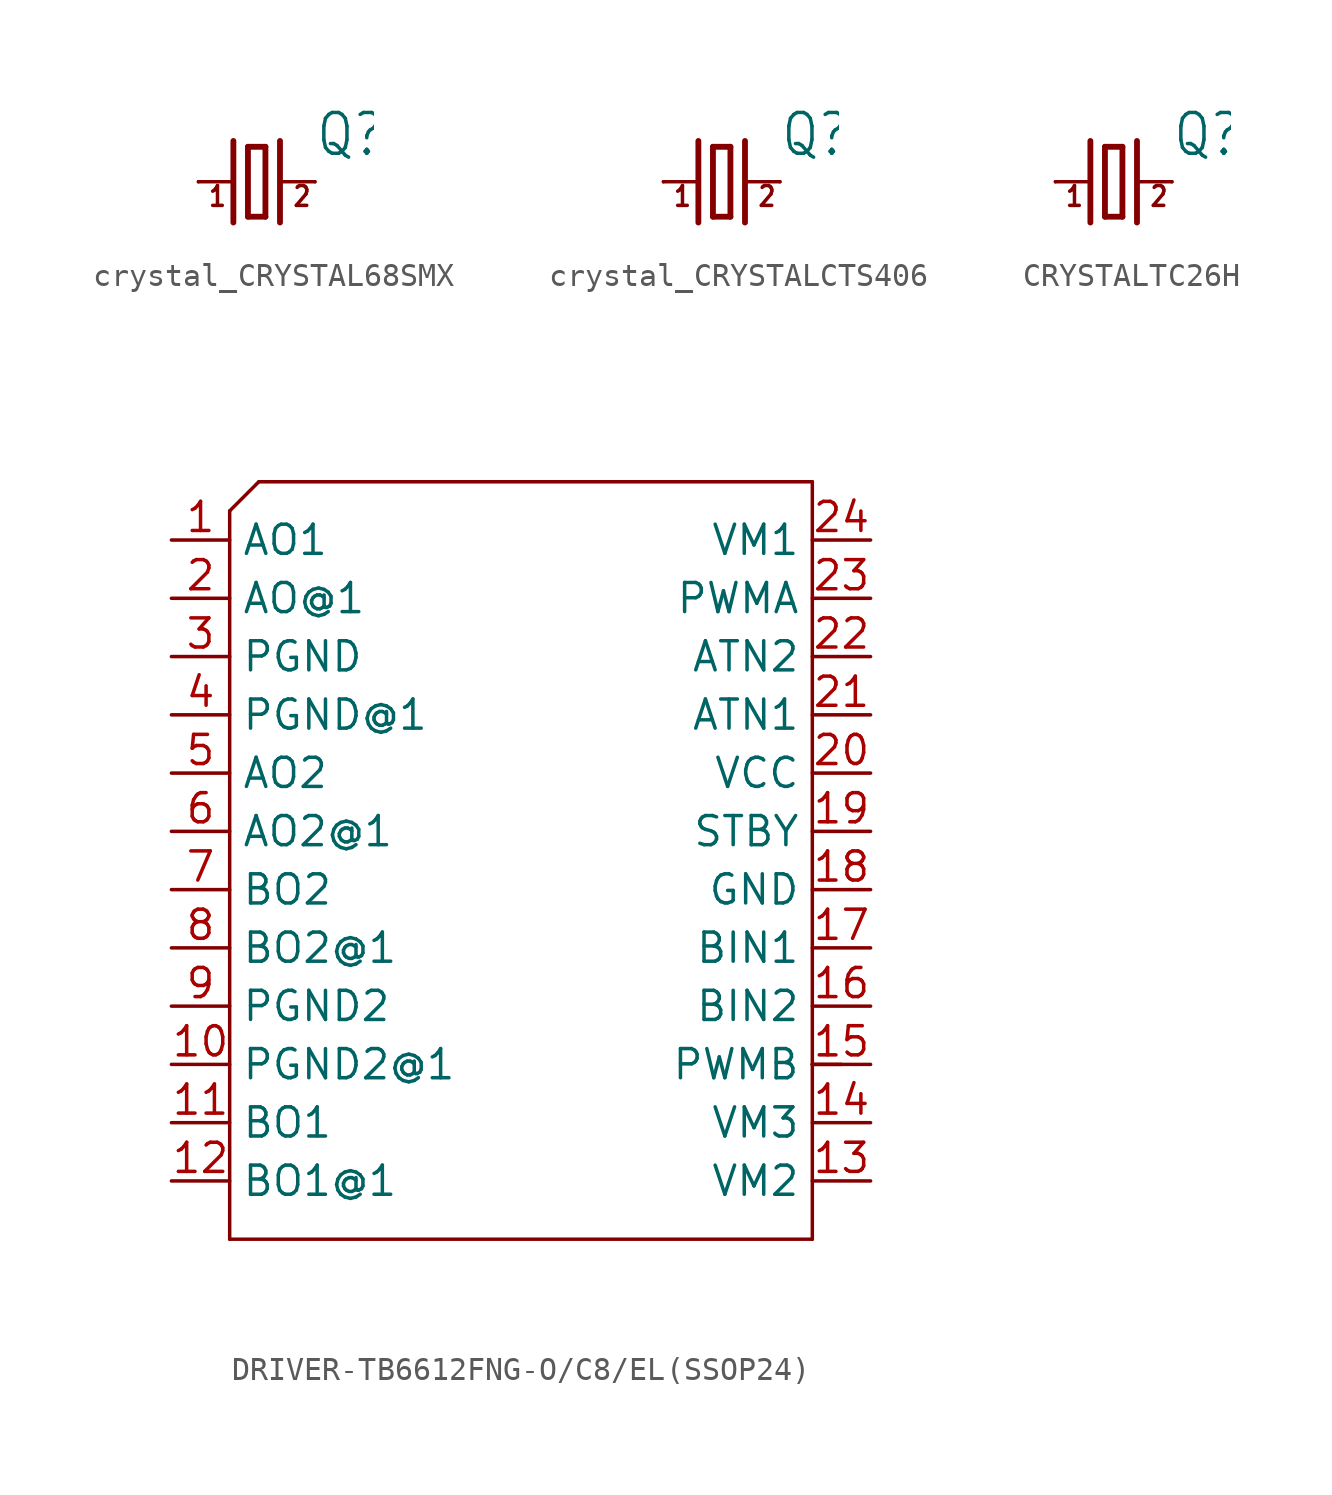
<source format=kicad_sym>
(kicad_symbol_lib
  (version 20231120)
  (generator "kicad_symbol_editor")
  (generator_version "8.0")
  (symbol "crystal_CRYSTAL68SMX"
    (property "Reference" "Q"
      (at 2.54 1.016 0)
      (effects (font (size 1.778 1.511)) (justify left bottom)))
    (property "Value" ""
      (at 2.54 -2.54 0)
      (effects (font (size 1.778 1.511)) (justify left bottom)))
    (property "ki_locked" ""
      (at 0 0 0)
      (effects (font (size 1.27 1.27))))
    (symbol "crystal_CRYSTAL68SMX_1_0"
      (polyline (pts (xy -2.54 0) (xy -1.016 0)) (stroke (width 0.152) (type solid)) (fill (type none)))
      (polyline (pts (xy -1.016 1.778) (xy -1.016 -1.778)) (stroke (width 0.254) (type solid)) (fill (type none)))
      (polyline (pts (xy -0.381 -1.524) (xy 0.381 -1.524)) (stroke (width 0.254) (type solid)) (fill (type none)))
      (polyline (pts (xy -0.381 1.524) (xy -0.381 -1.524)) (stroke (width 0.254) (type solid)) (fill (type none)))
      (polyline (pts (xy 0.381 -1.524) (xy 0.381 1.524)) (stroke (width 0.254) (type solid)) (fill (type none)))
      (polyline (pts (xy 0.381 1.524) (xy -0.381 1.524)) (stroke (width 0.254) (type solid)) (fill (type none)))
      (polyline (pts (xy 1.016 0) (xy 2.54 0)) (stroke (width 0.152) (type solid)) (fill (type none)))
      (polyline (pts (xy 1.016 1.778) (xy 1.016 -1.778)) (stroke (width 0.254) (type solid)) (fill (type none)))
      (text "1" (at -2.159 -1.143 0) (effects (font (size 0.864 0.734)) (justify left bottom)))
      (text "2" (at 1.524 -1.143 0) (effects (font (size 0.864 0.734)) (justify left bottom)))
      (pin passive line (at -2.54 0 0) (length 0) (name "1" (effects (font (size 0 0)))) (number "1" (effects (font (size 0 0)))))
      (pin passive line (at 2.54 0 180) (length 0) (name "2" (effects (font (size 0 0)))) (number "4" (effects (font (size 0 0)))))))
  (symbol "crystal_CRYSTALCTS406"
    (property "Reference" "Q"
      (at 2.54 1.016 0)
      (effects (font (size 1.778 1.511)) (justify left bottom)))
    (property "Value" ""
      (at 2.54 -2.54 0)
      (effects (font (size 1.778 1.511)) (justify left bottom)))
    (property "ki_locked" ""
      (at 0 0 0)
      (effects (font (size 1.27 1.27))))
    (symbol "crystal_CRYSTALCTS406_1_0"
      (polyline (pts (xy -2.54 0) (xy -1.016 0)) (stroke (width 0.152) (type solid)) (fill (type none)))
      (polyline (pts (xy -1.016 1.778) (xy -1.016 -1.778)) (stroke (width 0.254) (type solid)) (fill (type none)))
      (polyline (pts (xy -0.381 -1.524) (xy 0.381 -1.524)) (stroke (width 0.254) (type solid)) (fill (type none)))
      (polyline (pts (xy -0.381 1.524) (xy -0.381 -1.524)) (stroke (width 0.254) (type solid)) (fill (type none)))
      (polyline (pts (xy 0.381 -1.524) (xy 0.381 1.524)) (stroke (width 0.254) (type solid)) (fill (type none)))
      (polyline (pts (xy 0.381 1.524) (xy -0.381 1.524)) (stroke (width 0.254) (type solid)) (fill (type none)))
      (polyline (pts (xy 1.016 0) (xy 2.54 0)) (stroke (width 0.152) (type solid)) (fill (type none)))
      (polyline (pts (xy 1.016 1.778) (xy 1.016 -1.778)) (stroke (width 0.254) (type solid)) (fill (type none)))
      (text "1" (at -2.159 -1.143 0) (effects (font (size 0.864 0.734)) (justify left bottom)))
      (text "2" (at 1.524 -1.143 0) (effects (font (size 0.864 0.734)) (justify left bottom)))
      (pin passive line (at -2.54 0 0) (length 0) (name "1" (effects (font (size 0 0)))) (number "1" (effects (font (size 0 0)))))
      (pin passive line (at 2.54 0 180) (length 0) (name "2" (effects (font (size 0 0)))) (number "3" (effects (font (size 0 0)))))))
  (symbol "CRYSTALTC26H"
    (property "Reference" "Q"
      (at 2.54 1.016 0)
      (effects (font (size 1.778 1.511)) (justify left bottom)))
    (property "Value" ""
      (at 2.54 -2.54 0)
      (effects (font (size 1.778 1.511)) (justify left bottom)))
    (property "ki_locked" ""
      (at 0 0 0)
      (effects (font (size 1.27 1.27))))
    (symbol "CRYSTALTC26H_1_0"
      (polyline (pts (xy -2.54 0) (xy -1.016 0)) (stroke (width 0.152) (type solid)) (fill (type none)))
      (polyline (pts (xy -1.016 1.778) (xy -1.016 -1.778)) (stroke (width 0.254) (type solid)) (fill (type none)))
      (polyline (pts (xy -0.381 -1.524) (xy 0.381 -1.524)) (stroke (width 0.254) (type solid)) (fill (type none)))
      (polyline (pts (xy -0.381 1.524) (xy -0.381 -1.524)) (stroke (width 0.254) (type solid)) (fill (type none)))
      (polyline (pts (xy 0.381 -1.524) (xy 0.381 1.524)) (stroke (width 0.254) (type solid)) (fill (type none)))
      (polyline (pts (xy 0.381 1.524) (xy -0.381 1.524)) (stroke (width 0.254) (type solid)) (fill (type none)))
      (polyline (pts (xy 1.016 0) (xy 2.54 0)) (stroke (width 0.152) (type solid)) (fill (type none)))
      (polyline (pts (xy 1.016 1.778) (xy 1.016 -1.778)) (stroke (width 0.254) (type solid)) (fill (type none)))
      (text "1" (at -2.159 -1.143 0) (effects (font (size 0.864 0.734)) (justify left bottom)))
      (text "2" (at 1.524 -1.143 0) (effects (font (size 0.864 0.734)) (justify left bottom)))
      (pin passive line (at -2.54 0 0) (length 0) (name "1" (effects (font (size 0 0)))) (number "1" (effects (font (size 0 0)))))
      (pin passive line (at 2.54 0 180) (length 0) (name "2" (effects (font (size 0 0)))) (number "2" (effects (font (size 0 0)))))))
  (symbol "DRIVER-TB6612FNG-O/C8/EL(SSOP24)"
    (property "Reference" ""
      (at -6.361 16.539 0)
      (effects (font (size 1.272 1.081)) (justify left bottom) (hide yes)))
    (property "Value" ""
      (at -11.446 -19.077 0)
      (effects (font (size 1.272 1.081)) (justify left bottom)))
    (property "ki_locked" ""
      (at 0 0 0)
      (effects (font (size 1.27 1.27))))
    (symbol "DRIVER-TB6612FNG-O/C8/EL(SSOP24)_1_0"
      (polyline (pts (xy -12.7 -17.78) (xy -12.7 13.97)) (stroke (width 0.152) (type solid)) (fill (type none)))
      (polyline (pts (xy -12.7 13.97) (xy -11.43 15.24)) (stroke (width 0.152) (type solid)) (fill (type none)))
      (polyline (pts (xy -11.43 15.24) (xy 12.7 15.24)) (stroke (width 0.152) (type solid)) (fill (type none)))
      (polyline (pts (xy 12.7 -17.78) (xy -12.7 -17.78)) (stroke (width 0.152) (type solid)) (fill (type none)))
      (polyline (pts (xy 12.7 -10.16) (xy 12.7 -17.78)) (stroke (width 0.152) (type solid)) (fill (type none)))
      (polyline (pts (xy 12.7 15.24) (xy 12.7 -10.16)) (stroke (width 0.152) (type solid)) (fill (type none)))
      (polyline (pts (xy 13.97 -10.16) (xy 12.7 -10.16)) (stroke (width 0.152) (type solid)) (fill (type none)))
      (pin bidirectional line (at -15.24 12.7 0) (length 2.54) (name "AO1" (effects (font (size 1.27 1.27)))) (number "1" (effects (font (size 1.27 1.27)))))
      (pin bidirectional line (at -15.24 -10.16 0) (length 2.54) (name "PGND2@1" (effects (font (size 1.27 1.27)))) (number "10" (effects (font (size 1.27 1.27)))))
      (pin bidirectional line (at -15.24 -12.7 0) (length 2.54) (name "BO1" (effects (font (size 1.27 1.27)))) (number "11" (effects (font (size 1.27 1.27)))))
      (pin bidirectional line (at -15.24 -15.24 0) (length 2.54) (name "BO1@1" (effects (font (size 1.27 1.27)))) (number "12" (effects (font (size 1.27 1.27)))))
      (pin bidirectional line (at 15.24 -15.24 180) (length 2.54) (name "VM2" (effects (font (size 1.27 1.27)))) (number "13" (effects (font (size 1.27 1.27)))))
      (pin bidirectional line (at 15.24 -12.7 180) (length 2.54) (name "VM3" (effects (font (size 1.27 1.27)))) (number "14" (effects (font (size 1.27 1.27)))))
      (pin bidirectional line (at 15.24 -10.16 180) (length 2.54) (name "PWMB" (effects (font (size 1.27 1.27)))) (number "15" (effects (font (size 1.27 1.27)))))
      (pin bidirectional line (at 15.24 -7.62 180) (length 2.54) (name "BIN2" (effects (font (size 1.27 1.27)))) (number "16" (effects (font (size 1.27 1.27)))))
      (pin bidirectional line (at 15.24 -5.08 180) (length 2.54) (name "BIN1" (effects (font (size 1.27 1.27)))) (number "17" (effects (font (size 1.27 1.27)))))
      (pin bidirectional line (at 15.24 -2.54 180) (length 2.54) (name "GND" (effects (font (size 1.27 1.27)))) (number "18" (effects (font (size 1.27 1.27)))))
      (pin bidirectional line (at 15.24 0 180) (length 2.54) (name "STBY" (effects (font (size 1.27 1.27)))) (number "19" (effects (font (size 1.27 1.27)))))
      (pin bidirectional line (at -15.24 10.16 0) (length 2.54) (name "AO@1" (effects (font (size 1.27 1.27)))) (number "2" (effects (font (size 1.27 1.27)))))
      (pin bidirectional line (at 15.24 2.54 180) (length 2.54) (name "VCC" (effects (font (size 1.27 1.27)))) (number "20" (effects (font (size 1.27 1.27)))))
      (pin bidirectional line (at 15.24 5.08 180) (length 2.54) (name "ATN1" (effects (font (size 1.27 1.27)))) (number "21" (effects (font (size 1.27 1.27)))))
      (pin bidirectional line (at 15.24 7.62 180) (length 2.54) (name "ATN2" (effects (font (size 1.27 1.27)))) (number "22" (effects (font (size 1.27 1.27)))))
      (pin bidirectional line (at 15.24 10.16 180) (length 2.54) (name "PWMA" (effects (font (size 1.27 1.27)))) (number "23" (effects (font (size 1.27 1.27)))))
      (pin bidirectional line (at 15.24 12.7 180) (length 2.54) (name "VM1" (effects (font (size 1.27 1.27)))) (number "24" (effects (font (size 1.27 1.27)))))
      (pin bidirectional line (at -15.24 7.62 0) (length 2.54) (name "PGND" (effects (font (size 1.27 1.27)))) (number "3" (effects (font (size 1.27 1.27)))))
      (pin bidirectional line (at -15.24 5.08 0) (length 2.54) (name "PGND@1" (effects (font (size 1.27 1.27)))) (number "4" (effects (font (size 1.27 1.27)))))
      (pin bidirectional line (at -15.24 2.54 0) (length 2.54) (name "AO2" (effects (font (size 1.27 1.27)))) (number "5" (effects (font (size 1.27 1.27)))))
      (pin bidirectional line (at -15.24 0 0) (length 2.54) (name "AO2@1" (effects (font (size 1.27 1.27)))) (number "6" (effects (font (size 1.27 1.27)))))
      (pin bidirectional line (at -15.24 -2.54 0) (length 2.54) (name "BO2" (effects (font (size 1.27 1.27)))) (number "7" (effects (font (size 1.27 1.27)))))
      (pin bidirectional line (at -15.24 -5.08 0) (length 2.54) (name "BO2@1" (effects (font (size 1.27 1.27)))) (number "8" (effects (font (size 1.27 1.27)))))
      (pin bidirectional line (at -15.24 -7.62 0) (length 2.54) (name "PGND2" (effects (font (size 1.27 1.27)))) (number "9" (effects (font (size 1.27 1.27))))))))
</source>
